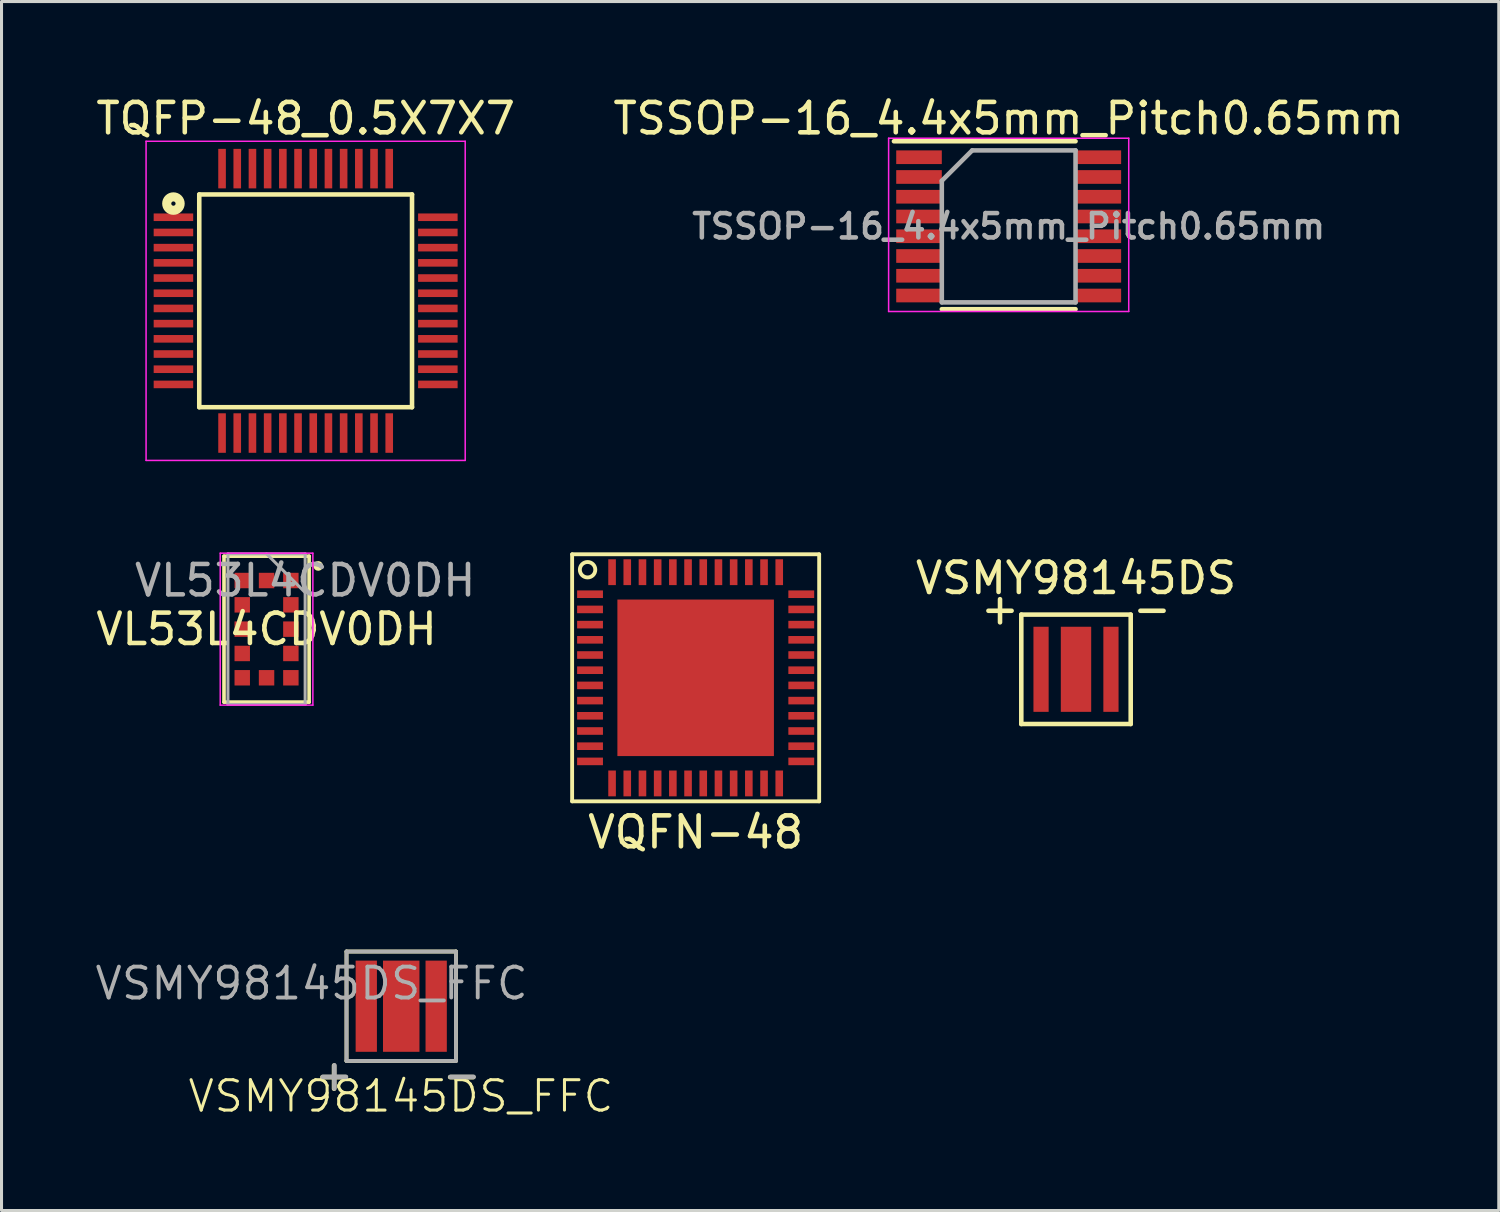
<source format=kicad_pcb>
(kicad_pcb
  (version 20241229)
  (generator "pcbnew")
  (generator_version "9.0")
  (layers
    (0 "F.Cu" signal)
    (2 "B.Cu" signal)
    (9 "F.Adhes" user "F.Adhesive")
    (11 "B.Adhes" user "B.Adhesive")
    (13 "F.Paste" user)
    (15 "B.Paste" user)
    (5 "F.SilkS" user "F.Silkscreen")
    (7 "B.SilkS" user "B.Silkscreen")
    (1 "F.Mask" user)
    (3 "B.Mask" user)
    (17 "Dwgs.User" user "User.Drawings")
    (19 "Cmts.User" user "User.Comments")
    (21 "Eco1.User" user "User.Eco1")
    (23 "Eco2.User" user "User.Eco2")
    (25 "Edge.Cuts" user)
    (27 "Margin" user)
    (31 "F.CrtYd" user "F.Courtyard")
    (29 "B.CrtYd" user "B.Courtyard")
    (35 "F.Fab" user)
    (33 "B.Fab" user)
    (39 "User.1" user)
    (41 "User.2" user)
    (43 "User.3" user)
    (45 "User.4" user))
  (footprint "VL53L4CDV0DH"
    (layer "F.Cu")
    (at 5.72 17.65)
    (property "Reference" "VL53L4CDV0DH" (at 0 0 0) (layer "F.SilkS") (effects (font (size 1 1) (thickness 0.15))))
    (attr through_hole)
    (fp_line (start -1.4 -2.4) (end -1.4 2.4) (stroke (width 0.12) (type solid)) (layer "F.SilkS"))
    (fp_line (start -1.4 2.4) (end 1.4 2.4) (stroke (width 0.12) (type solid)) (layer "F.SilkS"))
    (fp_line (start 1.4 -2.4) (end -1.4 -2.4) (stroke (width 0.12) (type solid)) (layer "F.SilkS"))
    (fp_line (start 1.4 2.4) (end 1.4 -2.4) (stroke (width 0.12) (type solid)) (layer "F.SilkS"))
    (fp_circle (center 1.7 -2.08) (end 1.78 -2.08) (stroke (width 0.16) (type solid)) (fill no) (layer "F.SilkS"))
    (fp_line (start -1.524 -2.5) (end -1.524 2.5) (stroke (width 0.05) (type solid)) (layer "F.CrtYd"))
    (fp_line (start -1.524 -2.5) (end 1.524 -2.5) (stroke (width 0.05) (type solid)) (layer "F.CrtYd"))
    (fp_line (start -1.524 2.5) (end 1.524 2.5) (stroke (width 0.05) (type solid)) (layer "F.CrtYd"))
    (fp_line (start 1.524 2.5) (end 1.524 -2.5) (stroke (width 0.05) (type solid)) (layer "F.CrtYd"))
    (fp_line (start -1.27 -2.477) (end -1.27 2.477) (stroke (width 0.1) (type solid)) (layer "F.Fab"))
    (fp_line (start -1.27 2.477) (end 1.27 2.477) (stroke (width 0.1) (type solid)) (layer "F.Fab"))
    (fp_line (start 1.27 -2.477) (end -1.27 -2.477) (stroke (width 0.1) (type solid)) (layer "F.Fab"))
    (fp_line (start 1.27 -1.206) (end 0 -2.477) (stroke (width 0.1) (type solid)) (layer "F.Fab"))
    (fp_line (start 1.27 2.477) (end 1.27 -2.477) (stroke (width 0.1) (type solid)) (layer "F.Fab"))
    (fp_text user "${REFERENCE}" (at 1.27 -1.6 0) (layer "F.Fab") (effects (font (size 1 1) (thickness 0.15))))
    (pad "1" smd rect (at 0.8 -1.6 90) (size 0.508 0.508) (layers "F.Cu" "F.Mask" "F.Paste"))
    (pad "2" smd rect (at 0.8 -0.8 90) (size 0.508 0.508) (layers "F.Cu" "F.Mask" "F.Paste"))
    (pad "3" smd rect (at 0.8 0 90) (size 0.508 0.508) (layers "F.Cu" "F.Mask" "F.Paste"))
    (pad "4" smd rect (at 0.8 0.8 90) (size 0.508 0.508) (layers "F.Cu" "F.Mask" "F.Paste"))
    (pad "5" smd rect (at 0.8 1.6 90) (size 0.508 0.508) (layers "F.Cu" "F.Mask" "F.Paste"))
    (pad "6" smd rect (at 0 1.6) (size 0.508 0.508) (layers "F.Cu" "F.Mask" "F.Paste"))
    (pad "7" smd rect (at -0.8 1.6 90) (size 0.508 0.508) (layers "F.Cu" "F.Mask" "F.Paste"))
    (pad "8" smd rect (at -0.8 0.8 90) (size 0.508 0.508) (layers "F.Cu" "F.Mask" "F.Paste"))
    (pad "9" smd rect (at -0.8 0 90) (size 0.508 0.508) (layers "F.Cu" "F.Mask" "F.Paste"))
    (pad "10" smd rect (at -0.8 -0.8 90) (size 0.508 0.508) (layers "F.Cu" "F.Mask" "F.Paste"))
    (pad "11" smd rect (at -0.8 -1.6 90) (size 0.508 0.508) (layers "F.Cu" "F.Mask" "F.Paste"))
    (pad "12" smd rect (at 0 -1.6) (size 0.508 0.508) (layers "F.Cu" "F.Mask" "F.Paste")))
  (footprint "TSSOP-16_4.4x5mm_Pitch0.65mm"
    (layer "F.Cu")
    (at 30.137 4.398)
    (property "Reference" "TSSOP-16_4.4x5mm_Pitch0.65mm" (at 0 -3.55 0) (layer "F.SilkS") (effects (font (size 1 1) (thickness 0.15))))
    (attr smd)
    (fp_line (start -3.775 -2.8) (end 2.2 -2.8) (stroke (width 0.15) (type solid)) (layer "F.SilkS"))
    (fp_line (start -2.2 2.725) (end 2.2 2.725) (stroke (width 0.15) (type solid)) (layer "F.SilkS"))
    (fp_line (start -3.95 -2.9) (end -3.95 2.8) (stroke (width 0.05) (type solid)) (layer "F.CrtYd"))
    (fp_line (start -3.95 -2.9) (end 3.95 -2.9) (stroke (width 0.05) (type solid)) (layer "F.CrtYd"))
    (fp_line (start -3.95 2.8) (end 3.95 2.8) (stroke (width 0.05) (type solid)) (layer "F.CrtYd"))
    (fp_line (start 3.95 -2.9) (end 3.95 2.8) (stroke (width 0.05) (type solid)) (layer "F.CrtYd"))
    (fp_line (start -2.2 -1.5) (end -1.2 -2.5) (stroke (width 0.15) (type solid)) (layer "F.Fab"))
    (fp_line (start -2.2 2.5) (end -2.2 -1.5) (stroke (width 0.15) (type solid)) (layer "F.Fab"))
    (fp_line (start -1.2 -2.5) (end 2.2 -2.5) (stroke (width 0.15) (type solid)) (layer "F.Fab"))
    (fp_line (start 2.2 -2.5) (end 2.2 2.5) (stroke (width 0.15) (type solid)) (layer "F.Fab"))
    (fp_line (start 2.2 2.5) (end -2.2 2.5) (stroke (width 0.15) (type solid)) (layer "F.Fab"))
    (fp_text user "${REFERENCE}" (at 0 0 0) (layer "F.Fab") (effects (font (size 0.8 0.8) (thickness 0.15))))
    (pad "1" smd rect (at -2.95 -2.275) (size 1.5 0.45) (layers "F.Cu" "F.Mask" "F.Paste"))
    (pad "2" smd rect (at -2.95 -1.625) (size 1.5 0.45) (layers "F.Cu" "F.Mask" "F.Paste"))
    (pad "3" smd rect (at -2.95 -0.975) (size 1.5 0.45) (layers "F.Cu" "F.Mask" "F.Paste"))
    (pad "4" smd rect (at -2.95 -0.325) (size 1.5 0.45) (layers "F.Cu" "F.Mask" "F.Paste"))
    (pad "5" smd rect (at -2.95 0.325) (size 1.5 0.45) (layers "F.Cu" "F.Mask" "F.Paste"))
    (pad "6" smd rect (at -2.95 0.975) (size 1.5 0.45) (layers "F.Cu" "F.Mask" "F.Paste"))
    (pad "7" smd rect (at -2.95 1.625) (size 1.5 0.45) (layers "F.Cu" "F.Mask" "F.Paste"))
    (pad "8" smd rect (at -2.95 2.275) (size 1.5 0.45) (layers "F.Cu" "F.Mask" "F.Paste"))
    (pad "9" smd rect (at 2.95 2.275) (size 1.5 0.45) (layers "F.Cu" "F.Mask" "F.Paste"))
    (pad "10" smd rect (at 2.95 1.625) (size 1.5 0.45) (layers "F.Cu" "F.Mask" "F.Paste"))
    (pad "11" smd rect (at 2.95 0.975) (size 1.5 0.45) (layers "F.Cu" "F.Mask" "F.Paste"))
    (pad "12" smd rect (at 2.95 0.325) (size 1.5 0.45) (layers "F.Cu" "F.Mask" "F.Paste"))
    (pad "13" smd rect (at 2.95 -0.325) (size 1.5 0.45) (layers "F.Cu" "F.Mask" "F.Paste"))
    (pad "14" smd rect (at 2.95 -0.975) (size 1.5 0.45) (layers "F.Cu" "F.Mask" "F.Paste"))
    (pad "15" smd rect (at 2.95 -1.625) (size 1.5 0.45) (layers "F.Cu" "F.Mask" "F.Paste"))
    (pad "16" smd rect (at 2.95 -2.275) (size 1.5 0.45) (layers "F.Cu" "F.Mask" "F.Paste")))
  (footprint "TQFP-48_0.5X7X7"
    (layer "F.Cu")
    (at 7.006 6.848)
    (property "Reference" "TQFP-48_0.5X7X7" (at 0 -6 0) (layer "F.SilkS") (effects (font (size 1 1) (thickness 0.15))))
    (attr smd)
    (fp_line (start -3.5 -3.5) (end 3.5 -3.5) (stroke (width 0.15) (type solid)) (layer "F.SilkS"))
    (fp_line (start -3.5 3.5) (end -3.5 -3.5) (stroke (width 0.15) (type solid)) (layer "F.SilkS"))
    (fp_line (start -3.5 3.5) (end 3.5 3.5) (stroke (width 0.15) (type solid)) (layer "F.SilkS"))
    (fp_line (start 3.5 3.5) (end 3.5 -3.5) (stroke (width 0.15) (type solid)) (layer "F.SilkS"))
    (fp_circle (center -4.35 -3.2) (end -4.4 -3.25) (stroke (width 0.3) (type solid)) (fill no) (layer "F.SilkS"))
    (fp_line (start -5.25 -5.25) (end -5.25 5.25) (stroke (width 0.05) (type solid)) (layer "F.CrtYd"))
    (fp_line (start -5.25 -5.25) (end 5.25 -5.25) (stroke (width 0.05) (type solid)) (layer "F.CrtYd"))
    (fp_line (start -5.25 5.25) (end 5.25 5.25) (stroke (width 0.05) (type solid)) (layer "F.CrtYd"))
    (fp_line (start 5.25 -5.25) (end 5.25 5.25) (stroke (width 0.05) (type solid)) (layer "F.CrtYd"))
    (pad "1" smd rect (at -4.35 -2.75) (size 1.3 0.25) (layers "F.Cu" "F.Mask" "F.Paste"))
    (pad "2" smd rect (at -4.35 -2.25) (size 1.3 0.25) (layers "F.Cu" "F.Mask" "F.Paste"))
    (pad "3" smd rect (at -4.35 -1.75) (size 1.3 0.25) (layers "F.Cu" "F.Mask" "F.Paste"))
    (pad "4" smd rect (at -4.35 -1.25) (size 1.3 0.25) (layers "F.Cu" "F.Mask" "F.Paste"))
    (pad "5" smd rect (at -4.35 -0.75) (size 1.3 0.25) (layers "F.Cu" "F.Mask" "F.Paste"))
    (pad "6" smd rect (at -4.35 -0.25) (size 1.3 0.25) (layers "F.Cu" "F.Mask" "F.Paste"))
    (pad "7" smd rect (at -4.35 0.25) (size 1.3 0.25) (layers "F.Cu" "F.Mask" "F.Paste"))
    (pad "8" smd rect (at -4.35 0.75) (size 1.3 0.25) (layers "F.Cu" "F.Mask" "F.Paste"))
    (pad "9" smd rect (at -4.35 1.25) (size 1.3 0.25) (layers "F.Cu" "F.Mask" "F.Paste"))
    (pad "10" smd rect (at -4.35 1.75) (size 1.3 0.25) (layers "F.Cu" "F.Mask" "F.Paste"))
    (pad "11" smd rect (at -4.35 2.25) (size 1.3 0.25) (layers "F.Cu" "F.Mask" "F.Paste"))
    (pad "12" smd rect (at -4.35 2.75) (size 1.3 0.25) (layers "F.Cu" "F.Mask" "F.Paste"))
    (pad "13" smd rect (at -2.75 4.35 90) (size 1.3 0.25) (layers "F.Cu" "F.Mask" "F.Paste"))
    (pad "14" smd rect (at -2.25 4.35 90) (size 1.3 0.25) (layers "F.Cu" "F.Mask" "F.Paste"))
    (pad "15" smd rect (at -1.75 4.35 90) (size 1.3 0.25) (layers "F.Cu" "F.Mask" "F.Paste"))
    (pad "16" smd rect (at -1.25 4.35 90) (size 1.3 0.25) (layers "F.Cu" "F.Mask" "F.Paste"))
    (pad "17" smd rect (at -0.75 4.35 90) (size 1.3 0.25) (layers "F.Cu" "F.Mask" "F.Paste"))
    (pad "18" smd rect (at -0.25 4.35 90) (size 1.3 0.25) (layers "F.Cu" "F.Mask" "F.Paste"))
    (pad "19" smd rect (at 0.25 4.35 90) (size 1.3 0.25) (layers "F.Cu" "F.Mask" "F.Paste"))
    (pad "20" smd rect (at 0.75 4.35 90) (size 1.3 0.25) (layers "F.Cu" "F.Mask" "F.Paste"))
    (pad "21" smd rect (at 1.25 4.35 90) (size 1.3 0.25) (layers "F.Cu" "F.Mask" "F.Paste"))
    (pad "22" smd rect (at 1.75 4.35 90) (size 1.3 0.25) (layers "F.Cu" "F.Mask" "F.Paste"))
    (pad "23" smd rect (at 2.25 4.35 90) (size 1.3 0.25) (layers "F.Cu" "F.Mask" "F.Paste"))
    (pad "24" smd rect (at 2.75 4.35 90) (size 1.3 0.25) (layers "F.Cu" "F.Mask" "F.Paste"))
    (pad "25" smd rect (at 4.35 2.75) (size 1.3 0.25) (layers "F.Cu" "F.Mask" "F.Paste"))
    (pad "26" smd rect (at 4.35 2.25) (size 1.3 0.25) (layers "F.Cu" "F.Mask" "F.Paste"))
    (pad "27" smd rect (at 4.35 1.75) (size 1.3 0.25) (layers "F.Cu" "F.Mask" "F.Paste"))
    (pad "28" smd rect (at 4.35 1.25) (size 1.3 0.25) (layers "F.Cu" "F.Mask" "F.Paste"))
    (pad "29" smd rect (at 4.35 0.75) (size 1.3 0.25) (layers "F.Cu" "F.Mask" "F.Paste"))
    (pad "30" smd rect (at 4.35 0.25) (size 1.3 0.25) (layers "F.Cu" "F.Mask" "F.Paste"))
    (pad "31" smd rect (at 4.35 -0.25) (size 1.3 0.25) (layers "F.Cu" "F.Mask" "F.Paste"))
    (pad "32" smd rect (at 4.35 -0.75) (size 1.3 0.25) (layers "F.Cu" "F.Mask" "F.Paste"))
    (pad "33" smd rect (at 4.35 -1.25) (size 1.3 0.25) (layers "F.Cu" "F.Mask" "F.Paste"))
    (pad "34" smd rect (at 4.35 -1.75) (size 1.3 0.25) (layers "F.Cu" "F.Mask" "F.Paste"))
    (pad "35" smd rect (at 4.35 -2.25) (size 1.3 0.25) (layers "F.Cu" "F.Mask" "F.Paste"))
    (pad "36" smd rect (at 4.35 -2.75) (size 1.3 0.25) (layers "F.Cu" "F.Mask" "F.Paste"))
    (pad "37" smd rect (at 2.75 -4.35 90) (size 1.3 0.25) (layers "F.Cu" "F.Mask" "F.Paste"))
    (pad "38" smd rect (at 2.25 -4.35 90) (size 1.3 0.25) (layers "F.Cu" "F.Mask" "F.Paste"))
    (pad "39" smd rect (at 1.75 -4.35 90) (size 1.3 0.25) (layers "F.Cu" "F.Mask" "F.Paste"))
    (pad "40" smd rect (at 1.25 -4.35 90) (size 1.3 0.25) (layers "F.Cu" "F.Mask" "F.Paste"))
    (pad "41" smd rect (at 0.75 -4.35 90) (size 1.3 0.25) (layers "F.Cu" "F.Mask" "F.Paste"))
    (pad "42" smd rect (at 0.25 -4.35 90) (size 1.3 0.25) (layers "F.Cu" "F.Mask" "F.Paste"))
    (pad "43" smd rect (at -0.25 -4.35 90) (size 1.3 0.25) (layers "F.Cu" "F.Mask" "F.Paste"))
    (pad "44" smd rect (at -0.75 -4.35 90) (size 1.3 0.25) (layers "F.Cu" "F.Mask" "F.Paste"))
    (pad "45" smd rect (at -1.25 -4.35 90) (size 1.3 0.25) (layers "F.Cu" "F.Mask" "F.Paste"))
    (pad "46" smd rect (at -1.75 -4.35 90) (size 1.3 0.25) (layers "F.Cu" "F.Mask" "F.Paste"))
    (pad "47" smd rect (at -2.25 -4.35 90) (size 1.3 0.25) (layers "F.Cu" "F.Mask" "F.Paste"))
    (pad "48" smd rect (at -2.75 -4.35 90) (size 1.3 0.25) (layers "F.Cu" "F.Mask" "F.Paste")))
  (footprint "VSMY98145DS"
    (layer "F.Cu")
    (at 32.352 18.971)
    (property "Reference" "VSMY98145DS" (at 0 -3 0) (layer "F.SilkS") (effects (font (size 1 1) (thickness 0.15))))
    (attr smd)
    (fp_line (start -1.8 -1.8) (end 1.8 -1.8) (stroke (width 0.15) (type solid)) (layer "F.SilkS"))
    (fp_line (start -1.8 1.8) (end -1.8 -1.8) (stroke (width 0.15) (type solid)) (layer "F.SilkS"))
    (fp_line (start 1.8 -1.8) (end 1.8 1.8) (stroke (width 0.15) (type solid)) (layer "F.SilkS"))
    (fp_line (start 1.8 1.8) (end -1.8 1.8) (stroke (width 0.15) (type solid)) (layer "F.SilkS"))
    (fp_text user "-" (at 2.5 -2 0) (layer "F.SilkS") (effects (font (size 1 1) (thickness 0.15))))
    (fp_text user "+" (at -2.5 -2 0) (layer "F.SilkS") (effects (font (size 1 1) (thickness 0.15))))
    (pad "1" smd rect (at 1.15 0) (size 0.5 2.8) (layers "F.Cu" "F.Mask" "F.Paste"))
    (pad "2" smd rect (at -1.15 0) (size 0.5 2.8) (layers "F.Cu" "F.Mask" "F.Paste"))
    (pad "2" smd rect (at 0 0) (size 1 2.8) (layers "F.Cu" "F.Mask" "F.Paste")))
  (footprint "VQFN-48"
    (layer "F.Cu")
    (at 19.838 19.251)
    (property "Reference" "VQFN-48" (at 0 5.08 0) (layer "F.SilkS") (effects (font (size 1.016 1.016) (thickness 0.152))))
    (attr smd)
    (fp_line (start -4.064 -4.064) (end 4.064 -4.064) (stroke (width 0.127) (type solid)) (layer "F.SilkS"))
    (fp_line (start -4.064 4.064) (end -4.064 -4.064) (stroke (width 0.127) (type solid)) (layer "F.SilkS"))
    (fp_line (start 4.064 -4.064) (end 4.064 4.064) (stroke (width 0.127) (type solid)) (layer "F.SilkS"))
    (fp_line (start 4.064 4.064) (end -4.064 4.064) (stroke (width 0.127) (type solid)) (layer "F.SilkS"))
    (fp_circle (center -3.556 -3.556) (end -3.556 -3.302) (stroke (width 0.127) (type solid)) (fill no) (layer "F.SilkS"))
    (pad "1" smd rect (at -3.475 -2.75) (size 0.85 0.25) (layers "F.Cu" "F.Mask" "F.Paste"))
    (pad "2" smd rect (at -3.475 -2.25) (size 0.85 0.25) (layers "F.Cu" "F.Mask" "F.Paste"))
    (pad "3" smd rect (at -3.475 -1.75) (size 0.85 0.25) (layers "F.Cu" "F.Mask" "F.Paste"))
    (pad "4" smd rect (at -3.475 -1.25) (size 0.85 0.25) (layers "F.Cu" "F.Mask" "F.Paste"))
    (pad "5" smd rect (at -3.475 -0.75) (size 0.85 0.25) (layers "F.Cu" "F.Mask" "F.Paste"))
    (pad "6" smd rect (at -3.475 -0.25) (size 0.85 0.25) (layers "F.Cu" "F.Mask" "F.Paste"))
    (pad "7" smd rect (at -3.475 0.25) (size 0.85 0.25) (layers "F.Cu" "F.Mask" "F.Paste"))
    (pad "8" smd rect (at -3.475 0.75) (size 0.85 0.25) (layers "F.Cu" "F.Mask" "F.Paste"))
    (pad "9" smd rect (at -3.475 1.25) (size 0.85 0.25) (layers "F.Cu" "F.Mask" "F.Paste"))
    (pad "10" smd rect (at -3.475 1.75) (size 0.85 0.25) (layers "F.Cu" "F.Mask" "F.Paste"))
    (pad "11" smd rect (at -3.475 2.25) (size 0.85 0.25) (layers "F.Cu" "F.Mask" "F.Paste"))
    (pad "12" smd rect (at -3.475 2.75) (size 0.85 0.25) (layers "F.Cu" "F.Mask" "F.Paste"))
    (pad "13" smd rect (at -2.75 3.475) (size 0.25 0.85) (layers "F.Cu" "F.Mask" "F.Paste"))
    (pad "14" smd rect (at -2.25 3.475) (size 0.25 0.85) (layers "F.Cu" "F.Mask" "F.Paste"))
    (pad "15" smd rect (at -1.75 3.475) (size 0.25 0.85) (layers "F.Cu" "F.Mask" "F.Paste"))
    (pad "16" smd rect (at -1.25 3.475) (size 0.25 0.85) (layers "F.Cu" "F.Mask" "F.Paste"))
    (pad "17" smd rect (at -0.75 3.475) (size 0.25 0.85) (layers "F.Cu" "F.Mask" "F.Paste"))
    (pad "18" smd rect (at -0.25 3.475) (size 0.25 0.85) (layers "F.Cu" "F.Mask" "F.Paste"))
    (pad "19" smd rect (at 0.25 3.475) (size 0.25 0.85) (layers "F.Cu" "F.Mask" "F.Paste"))
    (pad "20" smd rect (at 0.75 3.475) (size 0.25 0.85) (layers "F.Cu" "F.Mask" "F.Paste"))
    (pad "21" smd rect (at 1.25 3.475) (size 0.25 0.85) (layers "F.Cu" "F.Mask" "F.Paste"))
    (pad "22" smd rect (at 1.75 3.475) (size 0.25 0.85) (layers "F.Cu" "F.Mask" "F.Paste"))
    (pad "23" smd rect (at 2.25 3.475) (size 0.25 0.85) (layers "F.Cu" "F.Mask" "F.Paste"))
    (pad "24" smd rect (at 2.75 3.475) (size 0.25 0.85) (layers "F.Cu" "F.Mask" "F.Paste"))
    (pad "25" smd rect (at 3.475 2.75) (size 0.85 0.25) (layers "F.Cu" "F.Mask" "F.Paste"))
    (pad "26" smd rect (at 3.475 2.25) (size 0.85 0.25) (layers "F.Cu" "F.Mask" "F.Paste"))
    (pad "27" smd rect (at 3.475 1.75) (size 0.85 0.25) (layers "F.Cu" "F.Mask" "F.Paste"))
    (pad "28" smd rect (at 3.475 1.25) (size 0.85 0.25) (layers "F.Cu" "F.Mask" "F.Paste"))
    (pad "29" smd rect (at 3.475 0.75) (size 0.85 0.25) (layers "F.Cu" "F.Mask" "F.Paste"))
    (pad "30" smd rect (at 3.475 0.25) (size 0.85 0.25) (layers "F.Cu" "F.Mask" "F.Paste"))
    (pad "31" smd rect (at 3.475 -0.25) (size 0.85 0.25) (layers "F.Cu" "F.Mask" "F.Paste"))
    (pad "32" smd rect (at 3.475 -0.75) (size 0.85 0.25) (layers "F.Cu" "F.Mask" "F.Paste"))
    (pad "33" smd rect (at 3.475 -1.25) (size 0.85 0.25) (layers "F.Cu" "F.Mask" "F.Paste"))
    (pad "34" smd rect (at 3.475 -1.75) (size 0.85 0.25) (layers "F.Cu" "F.Mask" "F.Paste"))
    (pad "35" smd rect (at 3.475 -2.25) (size 0.85 0.25) (layers "F.Cu" "F.Mask" "F.Paste"))
    (pad "36" smd rect (at 3.475 -2.75) (size 0.85 0.25) (layers "F.Cu" "F.Mask" "F.Paste"))
    (pad "37" smd rect (at 2.75 -3.475) (size 0.25 0.85) (layers "F.Cu" "F.Mask" "F.Paste"))
    (pad "38" smd rect (at 2.25 -3.475) (size 0.25 0.85) (layers "F.Cu" "F.Mask" "F.Paste"))
    (pad "39" smd rect (at 1.75 -3.475) (size 0.25 0.85) (layers "F.Cu" "F.Mask" "F.Paste"))
    (pad "40" smd rect (at 1.25 -3.475) (size 0.25 0.85) (layers "F.Cu" "F.Mask" "F.Paste"))
    (pad "41" smd rect (at 0.75 -3.475) (size 0.25 0.85) (layers "F.Cu" "F.Mask" "F.Paste"))
    (pad "42" smd rect (at 0.25 -3.475) (size 0.25 0.85) (layers "F.Cu" "F.Mask" "F.Paste"))
    (pad "43" smd rect (at -0.25 -3.475) (size 0.25 0.85) (layers "F.Cu" "F.Mask" "F.Paste"))
    (pad "44" smd rect (at -0.75 -3.475) (size 0.25 0.85) (layers "F.Cu" "F.Mask" "F.Paste"))
    (pad "45" smd rect (at -1.25 -3.475) (size 0.25 0.85) (layers "F.Cu" "F.Mask" "F.Paste"))
    (pad "46" smd rect (at -1.75 -3.475) (size 0.25 0.85) (layers "F.Cu" "F.Mask" "F.Paste"))
    (pad "47" smd rect (at -2.25 -3.475) (size 0.25 0.85) (layers "F.Cu" "F.Mask" "F.Paste"))
    (pad "48" smd rect (at -2.75 -3.475) (size 0.25 0.85) (layers "F.Cu" "F.Mask" "F.Paste"))
    (pad "49" smd rect (at 0 0) (size 5.15 5.15) (layers "F.Cu" "F.Mask" "F.Paste")))
  (footprint "VSMY98145DS_FFC"
    (layer "F.Cu")
    (at 10.151 30.056)
    (property "Reference" "VSMY98145DS_FFC" (at -0.01 2.96 0) (layer "F.SilkS") (effects (font (size 1 1) (thickness 0.1))))
    (attr smd)
    (fp_line (start -1.8 -1.8) (end -1.8 1.8) (stroke (width 0.127) (type solid)) (layer "F.SilkS"))
    (fp_line (start -1.8 -1.8) (end 1.8 -1.8) (stroke (width 0.127) (type solid)) (layer "F.SilkS"))
    (fp_line (start 1.8 1.8) (end -1.8 1.8) (stroke (width 0.127) (type solid)) (layer "F.SilkS"))
    (fp_line (start 1.8 1.8) (end 1.8 -1.8) (stroke (width 0.127) (type solid)) (layer "F.SilkS"))
    (fp_line (start -1.8 1.8) (end -1.8 -1.8) (stroke (width 0.127) (type solid)) (layer "F.Fab"))
    (fp_line (start -1.8 1.8) (end 1.8 1.8) (stroke (width 0.127) (type solid)) (layer "F.Fab"))
    (fp_line (start 1.8 -1.8) (end -1.8 -1.8) (stroke (width 0.127) (type solid)) (layer "F.Fab"))
    (fp_line (start 1.8 -1.8) (end 1.8 1.8) (stroke (width 0.127) (type solid)) (layer "F.Fab"))
    (fp_text user "-" (at 1.99 2.26 0) (layer "F.SilkS") (effects (font (size 1 1) (thickness 0.15))))
    (fp_text user "+" (at -2.21 2.26 0) (layer "F.SilkS") (effects (font (size 1 1) (thickness 0.15))))
    (fp_text user "-" (at 2 2.25 0) (layer "F.Fab") (effects (font (size 1 1) (thickness 0.15))))
    (fp_text user "${REFERENCE}" (at -2.95 -0.75 0) (layer "F.Fab") (effects (font (size 1.016 1.016) (thickness 0.127))))
    (fp_text user "+" (at -2.2 2.25 0) (layer "F.Fab") (effects (font (size 1 1) (thickness 0.15))))
    (pad "1" smd rect (at 1.15 0) (size 0.7 3) (layers "F.Cu" "F.Mask" "F.Paste"))
    (pad "2" smd rect (at -1.15 0) (size 0.7 3) (layers "F.Cu" "F.Mask" "F.Paste"))
    (pad "2" smd rect (at 0 0) (size 1.2 3) (layers "F.Cu" "F.Mask" "F.Paste")))
  (gr_rect
    (start -3 -3)
    (end 46.262 36.777)
    (stroke (width 0.1) (type default))
    (fill no)
    (layer "Edge.Cuts")))
</source>
